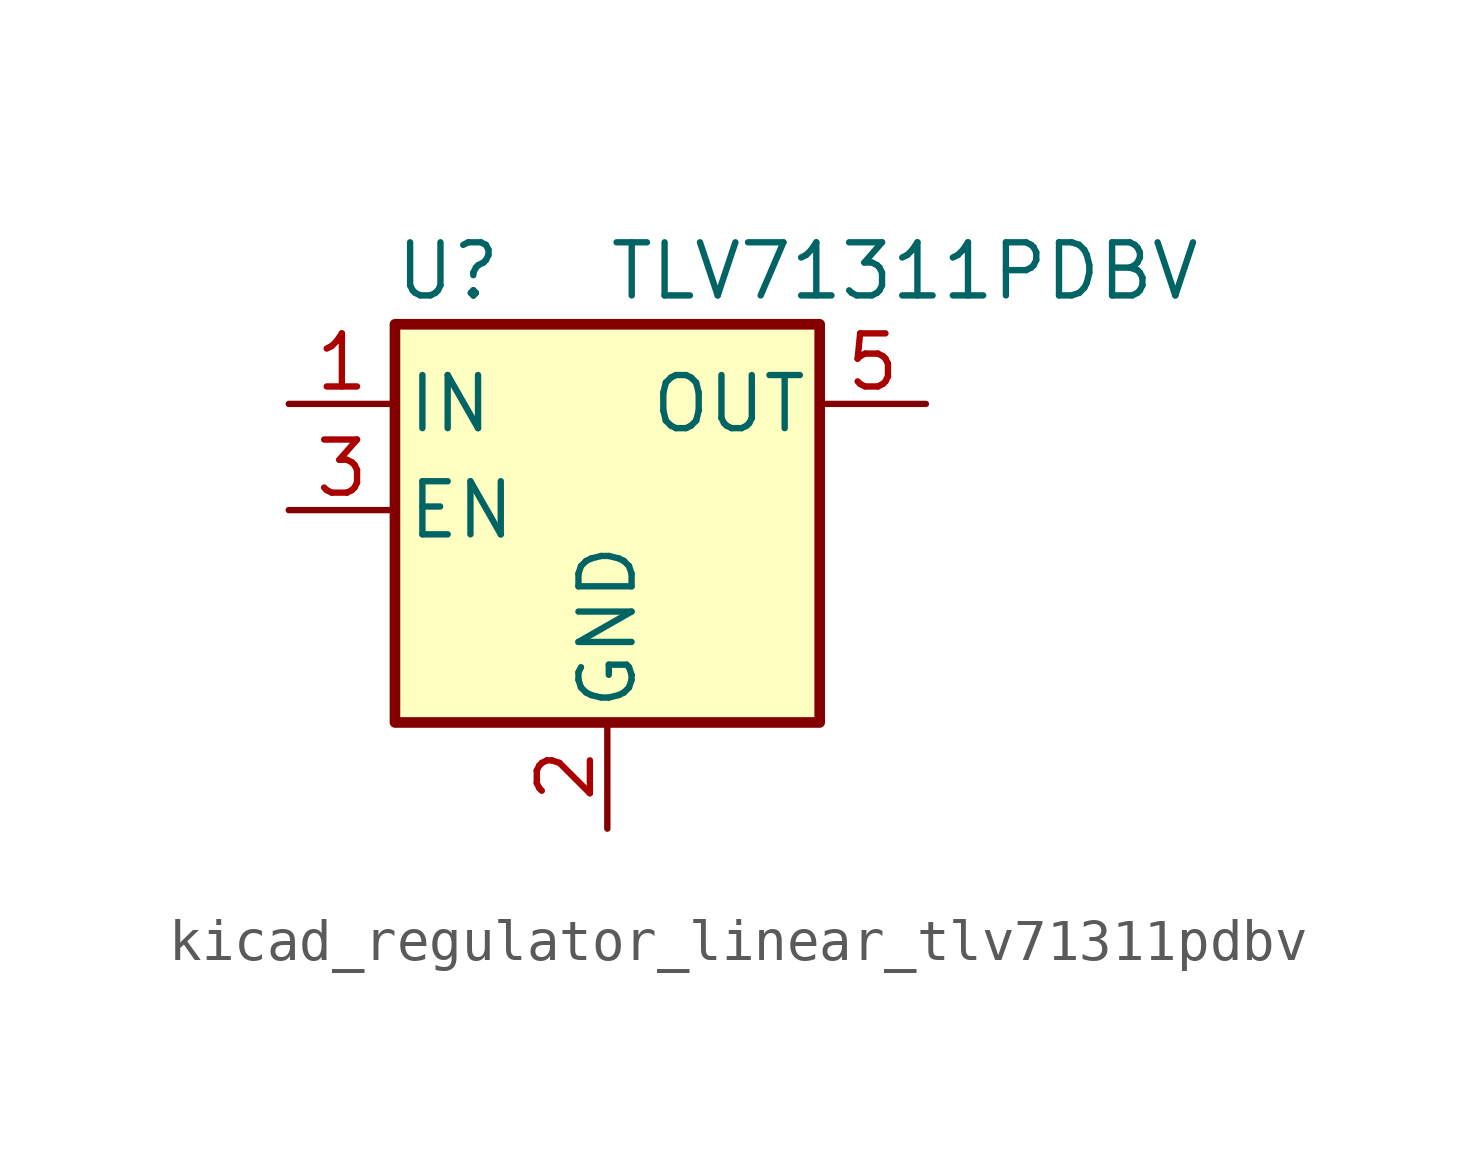
<source format=kicad_sym>
(kicad_symbol_lib
  (version 20220914)
  (generator kicad_symbol_editor)
  (symbol "kicad_regulator_linear_tlv71311pdbv"
    (pin_names
      (offset 0.254))
    (property "Reference" "U"
      (at -3.81 5.715 0)
      (effects (font (size 1.27 1.27))))
    (property "Value" "TLV71311PDBV"
      (at 0 5.715 0)
      (effects (font (size 1.27 1.27)) (justify left)))
    (symbol "kicad_regulator_linear_tlv71311pdbv_0_1"
      (rectangle (start -5.08 4.445) (end 5.08 -5.08) (stroke (width 0.254) (type default)) (fill (type background))))
    (symbol "kicad_regulator_linear_tlv71311pdbv_1_1"
      (pin power_in line (at -7.62 2.54 0) (length 2.54) (name "IN" (effects (font (size 1.27 1.27)))) (number "1" (effects (font (size 1.27 1.27)))))
      (pin power_in line (at 0 -7.62 90) (length 2.54) (name "GND" (effects (font (size 1.27 1.27)))) (number "2" (effects (font (size 1.27 1.27)))))
      (pin input line (at -7.62 0 0) (length 2.54) (name "EN" (effects (font (size 1.27 1.27)))) (number "3" (effects (font (size 1.27 1.27)))))
      (pin no_connect line (at 5.08 0 180) (length 2.54) hide (name "NC" (effects (font (size 1.27 1.27)))) (number "4" (effects (font (size 1.27 1.27)))))
      (pin power_out line (at 7.62 2.54 180) (length 2.54) (name "OUT" (effects (font (size 1.27 1.27)))) (number "5" (effects (font (size 1.27 1.27))))))))
</source>
